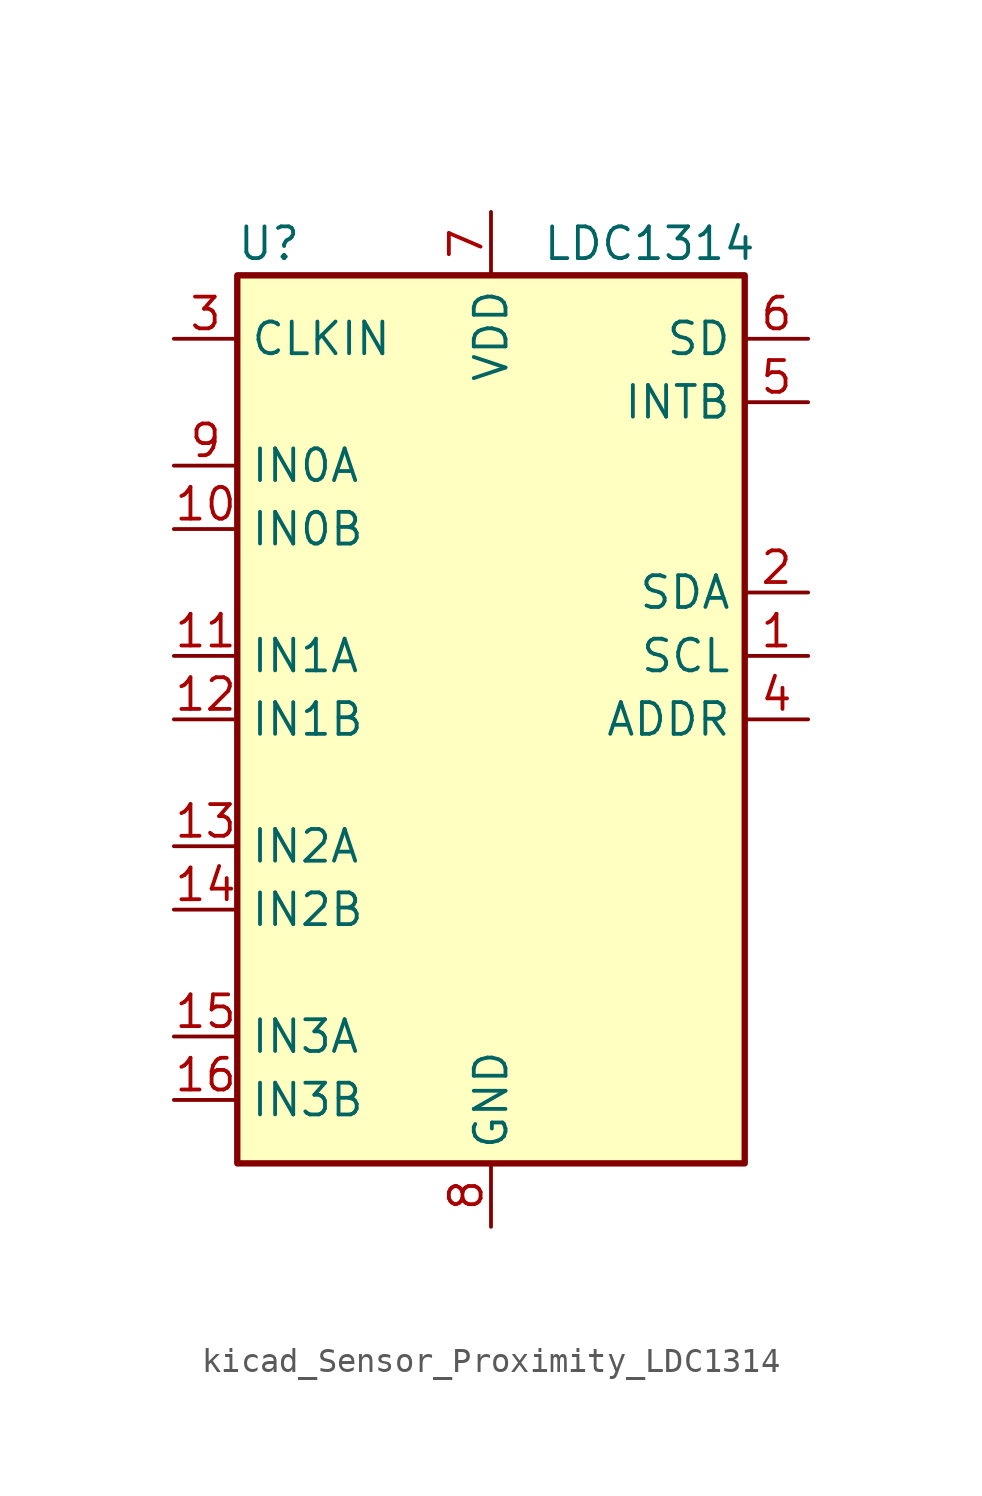
<source format=kicad_sym>
(kicad_symbol_lib
  (version 20220914)
  (generator kicad_symbol_editor)
  (symbol "kicad_Sensor_Proximity_LDC1314"
    (property "Reference" "U"
      (at -8.89 19.05 0)
      (effects (font (size 1.27 1.27))))
    (property "Value" "LDC1314"
      (at 6.35 19.05 0)
      (effects (font (size 1.27 1.27))))
    (symbol "kicad_Sensor_Proximity_LDC1314_0_1"
      (rectangle (start -10.16 -17.78) (end 10.16 17.78) (stroke (width 0.254) (type default)) (fill (type background))))
    (symbol "kicad_Sensor_Proximity_LDC1314_1_1"
      (pin input line (at 12.7 2.54 180) (length 2.54) (name "SCL" (effects (font (size 1.27 1.27)))) (number "1" (effects (font (size 1.27 1.27)))))
      (pin input line (at -12.7 7.62 0) (length 2.54) (name "IN0B" (effects (font (size 1.27 1.27)))) (number "10" (effects (font (size 1.27 1.27)))))
      (pin input line (at -12.7 2.54 0) (length 2.54) (name "IN1A" (effects (font (size 1.27 1.27)))) (number "11" (effects (font (size 1.27 1.27)))))
      (pin input line (at -12.7 0 0) (length 2.54) (name "IN1B" (effects (font (size 1.27 1.27)))) (number "12" (effects (font (size 1.27 1.27)))))
      (pin input line (at -12.7 -5.08 0) (length 2.54) (name "IN2A" (effects (font (size 1.27 1.27)))) (number "13" (effects (font (size 1.27 1.27)))))
      (pin input line (at -12.7 -7.62 0) (length 2.54) (name "IN2B" (effects (font (size 1.27 1.27)))) (number "14" (effects (font (size 1.27 1.27)))))
      (pin input line (at -12.7 -12.7 0) (length 2.54) (name "IN3A" (effects (font (size 1.27 1.27)))) (number "15" (effects (font (size 1.27 1.27)))))
      (pin input line (at -12.7 -15.24 0) (length 2.54) (name "IN3B" (effects (font (size 1.27 1.27)))) (number "16" (effects (font (size 1.27 1.27)))))
      (pin passive line (at 0 -20.32 90) (length 2.54) hide (name "GND" (effects (font (size 1.27 1.27)))) (number "17" (effects (font (size 1.27 1.27)))))
      (pin bidirectional line (at 12.7 5.08 180) (length 2.54) (name "SDA" (effects (font (size 1.27 1.27)))) (number "2" (effects (font (size 1.27 1.27)))))
      (pin input line (at -12.7 15.24 0) (length 2.54) (name "CLKIN" (effects (font (size 1.27 1.27)))) (number "3" (effects (font (size 1.27 1.27)))))
      (pin input line (at 12.7 0 180) (length 2.54) (name "ADDR" (effects (font (size 1.27 1.27)))) (number "4" (effects (font (size 1.27 1.27)))))
      (pin open_collector line (at 12.7 12.7 180) (length 2.54) (name "INTB" (effects (font (size 1.27 1.27)))) (number "5" (effects (font (size 1.27 1.27)))))
      (pin input line (at 12.7 15.24 180) (length 2.54) (name "SD" (effects (font (size 1.27 1.27)))) (number "6" (effects (font (size 1.27 1.27)))))
      (pin power_in line (at 0 20.32 270) (length 2.54) (name "VDD" (effects (font (size 1.27 1.27)))) (number "7" (effects (font (size 1.27 1.27)))))
      (pin power_in line (at 0 -20.32 90) (length 2.54) (name "GND" (effects (font (size 1.27 1.27)))) (number "8" (effects (font (size 1.27 1.27)))))
      (pin input line (at -12.7 10.16 0) (length 2.54) (name "IN0A" (effects (font (size 1.27 1.27)))) (number "9" (effects (font (size 1.27 1.27))))))))
</source>
